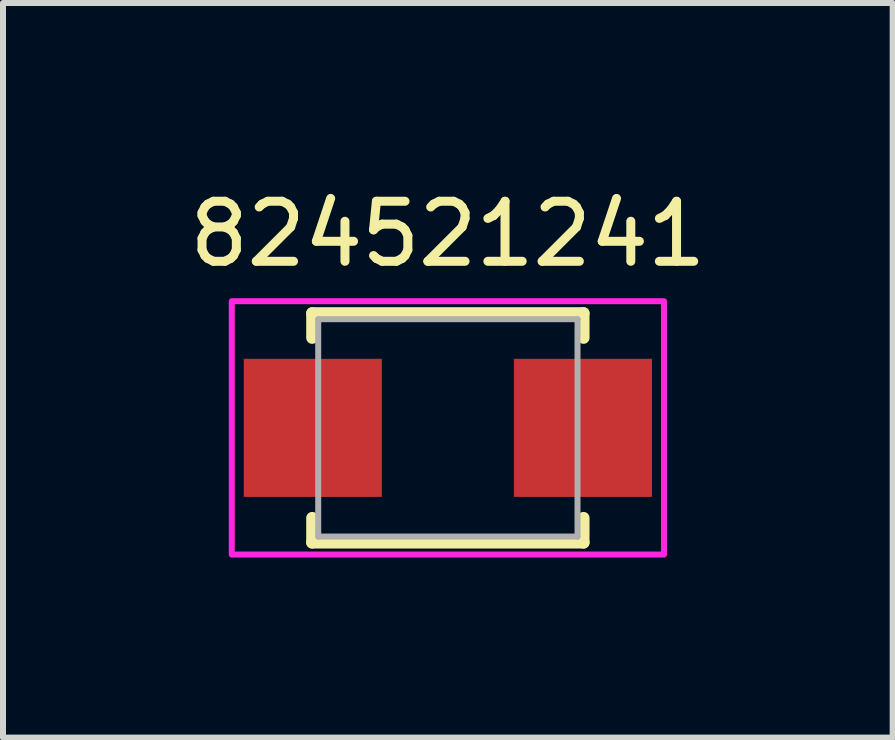
<source format=kicad_pcb>
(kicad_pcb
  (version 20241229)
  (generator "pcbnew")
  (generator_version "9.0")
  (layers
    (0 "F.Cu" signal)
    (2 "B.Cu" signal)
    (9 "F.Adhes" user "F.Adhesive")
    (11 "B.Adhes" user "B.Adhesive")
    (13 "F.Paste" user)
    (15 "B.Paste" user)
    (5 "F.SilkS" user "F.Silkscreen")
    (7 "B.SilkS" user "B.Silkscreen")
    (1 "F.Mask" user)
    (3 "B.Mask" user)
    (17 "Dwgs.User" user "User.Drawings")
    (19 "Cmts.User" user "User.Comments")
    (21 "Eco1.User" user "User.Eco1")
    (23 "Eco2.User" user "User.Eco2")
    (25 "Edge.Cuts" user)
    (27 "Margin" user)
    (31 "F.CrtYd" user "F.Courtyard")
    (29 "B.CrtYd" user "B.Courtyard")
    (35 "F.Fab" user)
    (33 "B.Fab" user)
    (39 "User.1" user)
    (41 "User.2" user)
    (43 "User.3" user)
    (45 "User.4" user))
  (footprint "824521241"
    (layer "F.Cu")
    (at 4.411 4.078)
    (property "Reference" "824521241" (at 0 -3.23 0) (layer "F.SilkS") (effects (font (size 1 1) (thickness 0.15))))
    (attr smd)
    (fp_line (start -2.26 -1.5) (end -2.26 -1.91) (stroke (width 0.2) (type solid)) (layer "F.SilkS"))
    (fp_line (start -2.26 1.5) (end -2.26 1.91) (stroke (width 0.2) (type solid)) (layer "F.SilkS"))
    (fp_line (start -2.26 1.91) (end 2.26 1.91) (stroke (width 0.2) (type solid)) (layer "F.SilkS"))
    (fp_line (start 2.26 -1.91) (end -2.26 -1.91) (stroke (width 0.2) (type solid)) (layer "F.SilkS"))
    (fp_line (start 2.26 -1.5) (end 2.26 -1.91) (stroke (width 0.2) (type solid)) (layer "F.SilkS"))
    (fp_line (start 2.26 1.5) (end 2.26 1.91) (stroke (width 0.2) (type solid)) (layer "F.SilkS"))
    (fp_poly (pts (xy -3.6 -2.11) (xy 3.6 -2.11) (xy 3.6 2.11) (xy -3.6 2.11)) (stroke (width 0.1) (type solid)) (fill no) (layer "F.CrtYd"))
    (fp_line (start -2.16 -1.81) (end -2.16 1.81) (stroke (width 0.1) (type solid)) (layer "F.Fab"))
    (fp_line (start -2.16 -1.81) (end 2.16 -1.81) (stroke (width 0.1) (type solid)) (layer "F.Fab"))
    (fp_line (start 2.16 1.81) (end -2.16 1.81) (stroke (width 0.1) (type solid)) (layer "F.Fab"))
    (fp_line (start 2.16 1.81) (end 2.16 -1.81) (stroke (width 0.1) (type solid)) (layer "F.Fab"))
    (pad "1" smd rect (at -2.25 0) (size 2.3 2.3) (layers "F.Cu" "F.Mask" "F.Paste"))
    (pad "2" smd rect (at 2.25 0) (size 2.3 2.3) (layers "F.Cu" "F.Mask" "F.Paste")))
  (gr_rect
    (start -3 -3)
    (end 11.821 9.238)
    (stroke (width 0.1) (type default))
    (fill no)
    (layer "Edge.Cuts")))
</source>
